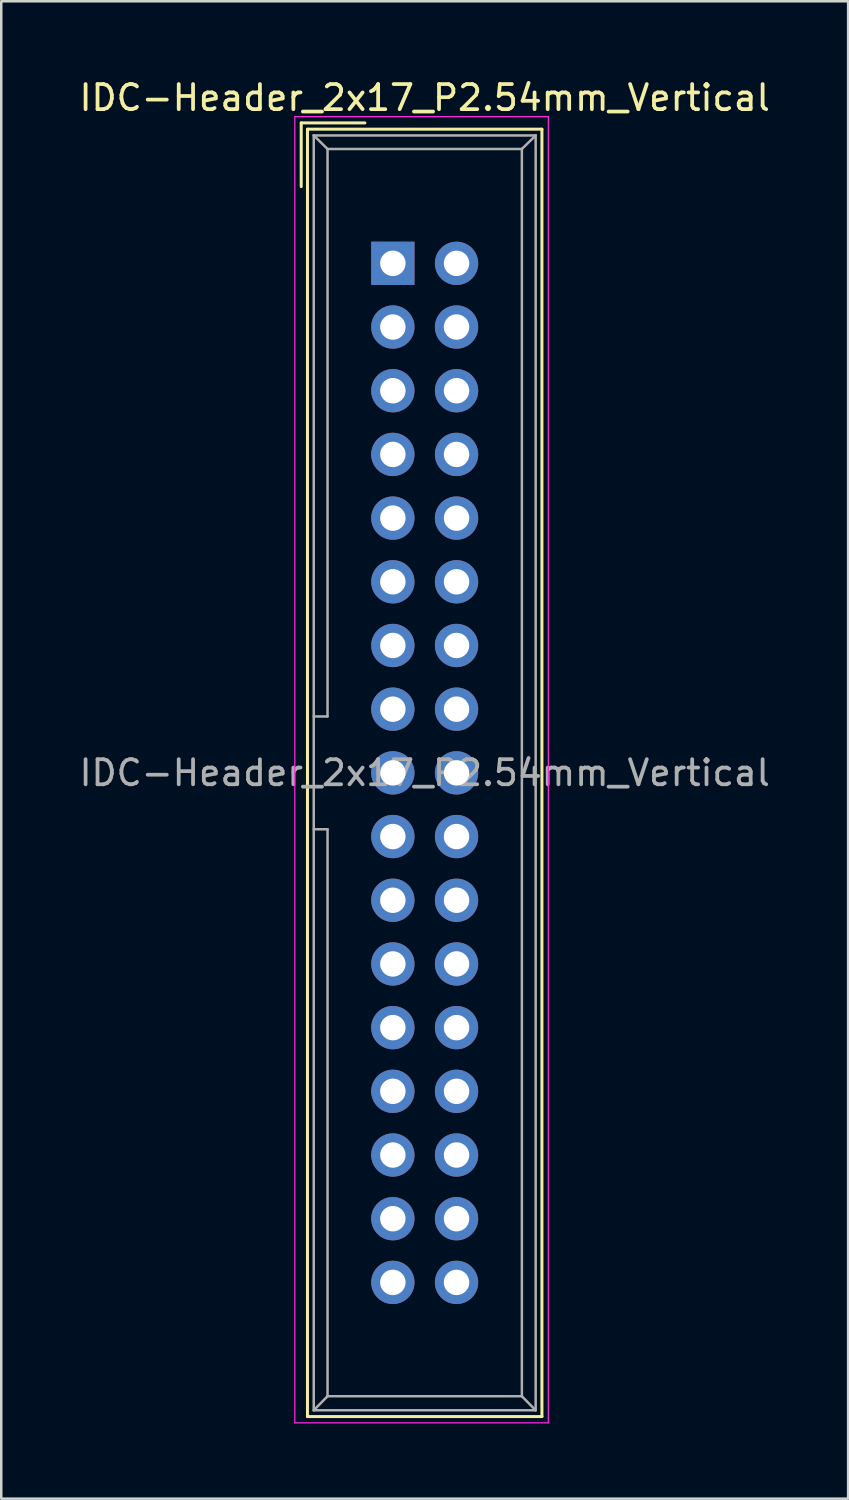
<source format=kicad_pcb>
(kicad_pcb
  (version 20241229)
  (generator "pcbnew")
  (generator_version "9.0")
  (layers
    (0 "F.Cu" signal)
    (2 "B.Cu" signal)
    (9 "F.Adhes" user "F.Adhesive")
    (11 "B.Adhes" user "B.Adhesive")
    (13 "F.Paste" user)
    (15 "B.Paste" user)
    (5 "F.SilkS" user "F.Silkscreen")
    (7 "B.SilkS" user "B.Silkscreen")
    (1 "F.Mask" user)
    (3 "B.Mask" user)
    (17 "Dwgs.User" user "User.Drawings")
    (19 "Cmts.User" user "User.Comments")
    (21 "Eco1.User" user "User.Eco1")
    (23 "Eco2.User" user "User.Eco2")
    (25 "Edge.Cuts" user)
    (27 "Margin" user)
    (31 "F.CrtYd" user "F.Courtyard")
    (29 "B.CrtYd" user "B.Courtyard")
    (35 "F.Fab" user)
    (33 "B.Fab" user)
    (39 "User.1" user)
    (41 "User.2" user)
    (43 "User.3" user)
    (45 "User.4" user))
  (footprint "IDC-Header_2x17_P2.54mm_Vertical"
    (layer "F.Cu")
    (at 12.617 7.452)
    (property "Reference" "IDC-Header_2x17_P2.54mm_Vertical" (at 1.27 -6.604 0) (layer "F.SilkS") (effects (font (size 1 1) (thickness 0.15))))
    (attr through_hole)
    (fp_line (start -3.655 -5.6) (end -3.655 -3.06) (stroke (width 0.12) (type solid)) (layer "F.SilkS"))
    (fp_line (start -3.655 -5.6) (end -1.115 -5.6) (stroke (width 0.12) (type solid)) (layer "F.SilkS"))
    (fp_line (start -3.405 -5.35) (end 5.945 -5.35) (stroke (width 0.12) (type solid)) (layer "F.SilkS"))
    (fp_line (start -3.405 45.99) (end -3.405 -5.35) (stroke (width 0.12) (type solid)) (layer "F.SilkS"))
    (fp_line (start 5.945 -5.35) (end 5.945 45.99) (stroke (width 0.12) (type solid)) (layer "F.SilkS"))
    (fp_line (start 5.945 45.99) (end -3.405 45.99) (stroke (width 0.12) (type solid)) (layer "F.SilkS"))
    (fp_line (start -3.91 -5.85) (end 6.2 -5.85) (stroke (width 0.05) (type solid)) (layer "F.CrtYd"))
    (fp_line (start -3.91 46.24) (end -3.91 -5.85) (stroke (width 0.05) (type solid)) (layer "F.CrtYd"))
    (fp_line (start 6.2 -5.85) (end 6.2 46.24) (stroke (width 0.05) (type solid)) (layer "F.CrtYd"))
    (fp_line (start 6.2 46.24) (end -3.91 46.24) (stroke (width 0.05) (type solid)) (layer "F.CrtYd"))
    (fp_line (start -3.155 -5.1) (end -3.155 45.74) (stroke (width 0.1) (type solid)) (layer "F.Fab"))
    (fp_line (start -3.155 -5.1) (end -2.605 -4.56) (stroke (width 0.1) (type solid)) (layer "F.Fab"))
    (fp_line (start -3.155 45.74) (end -2.605 45.18) (stroke (width 0.1) (type solid)) (layer "F.Fab"))
    (fp_line (start -2.605 -4.56) (end -2.605 18.07) (stroke (width 0.1) (type solid)) (layer "F.Fab"))
    (fp_line (start -2.605 18.07) (end -3.155 18.07) (stroke (width 0.1) (type solid)) (layer "F.Fab"))
    (fp_line (start -2.605 22.57) (end -3.155 22.57) (stroke (width 0.1) (type solid)) (layer "F.Fab"))
    (fp_line (start -2.605 22.57) (end -2.605 45.18) (stroke (width 0.1) (type solid)) (layer "F.Fab"))
    (fp_line (start 5.145 -4.56) (end -2.605 -4.56) (stroke (width 0.1) (type solid)) (layer "F.Fab"))
    (fp_line (start 5.145 -4.56) (end 5.145 45.18) (stroke (width 0.1) (type solid)) (layer "F.Fab"))
    (fp_line (start 5.145 45.18) (end -2.605 45.18) (stroke (width 0.1) (type solid)) (layer "F.Fab"))
    (fp_line (start 5.695 -5.1) (end -3.155 -5.1) (stroke (width 0.1) (type solid)) (layer "F.Fab"))
    (fp_line (start 5.695 -5.1) (end 5.145 -4.56) (stroke (width 0.1) (type solid)) (layer "F.Fab"))
    (fp_line (start 5.695 -5.1) (end 5.695 45.74) (stroke (width 0.1) (type solid)) (layer "F.Fab"))
    (fp_line (start 5.695 45.74) (end -3.155 45.74) (stroke (width 0.1) (type solid)) (layer "F.Fab"))
    (fp_line (start 5.695 45.74) (end 5.145 45.18) (stroke (width 0.1) (type solid)) (layer "F.Fab"))
    (fp_text user "${REFERENCE}" (at 1.27 20.32 0) (layer "F.Fab") (effects (font (size 1 1) (thickness 0.15))))
    (pad "1" thru_hole rect (at 0 0) (size 1.727 1.727) (drill 1.016) (layers "*.Cu" "*.Mask"))
    (pad "2" thru_hole oval (at 2.54 0) (size 1.727 1.727) (drill 1.016) (layers "*.Cu" "*.Mask"))
    (pad "3" thru_hole oval (at 0 2.54) (size 1.727 1.727) (drill 1.016) (layers "*.Cu" "*.Mask"))
    (pad "4" thru_hole oval (at 2.54 2.54) (size 1.727 1.727) (drill 1.016) (layers "*.Cu" "*.Mask"))
    (pad "5" thru_hole oval (at 0 5.08) (size 1.727 1.727) (drill 1.016) (layers "*.Cu" "*.Mask"))
    (pad "6" thru_hole oval (at 2.54 5.08) (size 1.727 1.727) (drill 1.016) (layers "*.Cu" "*.Mask"))
    (pad "7" thru_hole oval (at 0 7.62) (size 1.727 1.727) (drill 1.016) (layers "*.Cu" "*.Mask"))
    (pad "8" thru_hole oval (at 2.54 7.62) (size 1.727 1.727) (drill 1.016) (layers "*.Cu" "*.Mask"))
    (pad "9" thru_hole oval (at 0 10.16) (size 1.727 1.727) (drill 1.016) (layers "*.Cu" "*.Mask"))
    (pad "10" thru_hole oval (at 2.54 10.16) (size 1.727 1.727) (drill 1.016) (layers "*.Cu" "*.Mask"))
    (pad "11" thru_hole oval (at 0 12.7) (size 1.727 1.727) (drill 1.016) (layers "*.Cu" "*.Mask"))
    (pad "12" thru_hole oval (at 2.54 12.7) (size 1.727 1.727) (drill 1.016) (layers "*.Cu" "*.Mask"))
    (pad "13" thru_hole oval (at 0 15.24) (size 1.727 1.727) (drill 1.016) (layers "*.Cu" "*.Mask"))
    (pad "14" thru_hole oval (at 2.54 15.24) (size 1.727 1.727) (drill 1.016) (layers "*.Cu" "*.Mask"))
    (pad "15" thru_hole oval (at 0 17.78) (size 1.727 1.727) (drill 1.016) (layers "*.Cu" "*.Mask"))
    (pad "16" thru_hole oval (at 2.54 17.78) (size 1.727 1.727) (drill 1.016) (layers "*.Cu" "*.Mask"))
    (pad "17" thru_hole oval (at 0 20.32) (size 1.727 1.727) (drill 1.016) (layers "*.Cu" "*.Mask"))
    (pad "18" thru_hole oval (at 2.54 20.32) (size 1.727 1.727) (drill 1.016) (layers "*.Cu" "*.Mask"))
    (pad "19" thru_hole oval (at 0 22.86) (size 1.727 1.727) (drill 1.016) (layers "*.Cu" "*.Mask"))
    (pad "20" thru_hole oval (at 2.54 22.86) (size 1.727 1.727) (drill 1.016) (layers "*.Cu" "*.Mask"))
    (pad "21" thru_hole oval (at 0 25.4) (size 1.727 1.727) (drill 1.016) (layers "*.Cu" "*.Mask"))
    (pad "22" thru_hole oval (at 2.54 25.4) (size 1.727 1.727) (drill 1.016) (layers "*.Cu" "*.Mask"))
    (pad "23" thru_hole oval (at 0 27.94) (size 1.727 1.727) (drill 1.016) (layers "*.Cu" "*.Mask"))
    (pad "24" thru_hole oval (at 2.54 27.94) (size 1.727 1.727) (drill 1.016) (layers "*.Cu" "*.Mask"))
    (pad "25" thru_hole oval (at 0 30.48) (size 1.727 1.727) (drill 1.016) (layers "*.Cu" "*.Mask"))
    (pad "26" thru_hole oval (at 2.54 30.48) (size 1.727 1.727) (drill 1.016) (layers "*.Cu" "*.Mask"))
    (pad "27" thru_hole oval (at 0 33.02) (size 1.727 1.727) (drill 1.016) (layers "*.Cu" "*.Mask"))
    (pad "28" thru_hole oval (at 2.54 33.02) (size 1.727 1.727) (drill 1.016) (layers "*.Cu" "*.Mask"))
    (pad "29" thru_hole oval (at 0 35.56) (size 1.727 1.727) (drill 1.016) (layers "*.Cu" "*.Mask"))
    (pad "30" thru_hole oval (at 2.54 35.56) (size 1.727 1.727) (drill 1.016) (layers "*.Cu" "*.Mask"))
    (pad "31" thru_hole oval (at 0 38.1) (size 1.727 1.727) (drill 1.016) (layers "*.Cu" "*.Mask"))
    (pad "32" thru_hole oval (at 2.54 38.1) (size 1.727 1.727) (drill 1.016) (layers "*.Cu" "*.Mask"))
    (pad "33" thru_hole oval (at 0 40.64) (size 1.727 1.727) (drill 1.016) (layers "*.Cu" "*.Mask"))
    (pad "34" thru_hole oval (at 2.54 40.64) (size 1.727 1.727) (drill 1.016) (layers "*.Cu" "*.Mask")))
  (gr_rect
    (start -3 -3)
    (end 30.774 56.717)
    (stroke (width 0.1) (type default))
    (fill no)
    (layer "Edge.Cuts")))
</source>
